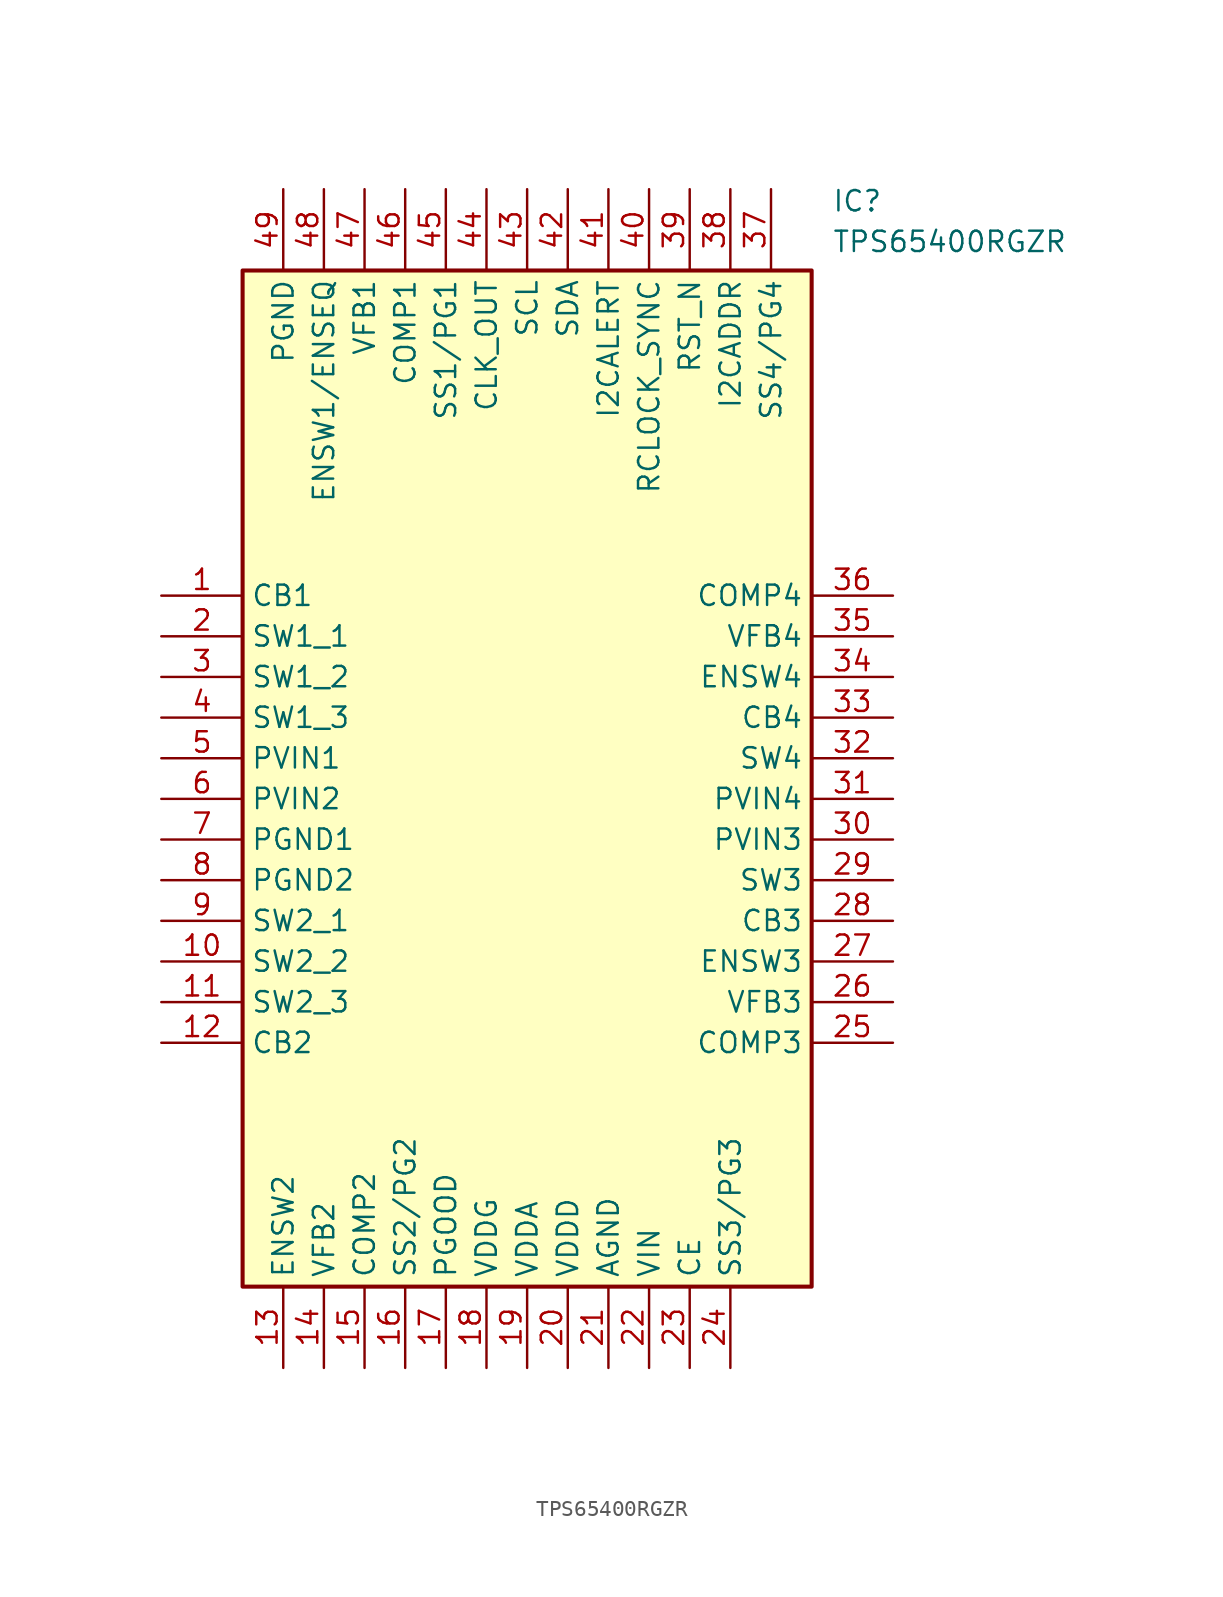
<source format=kicad_sym>
(kicad_symbol_lib
  (version 20211014)
  (generator SamacSys_ECAD_Model)
  (symbol "TPS65400RGZR"
    (property "Reference" "IC"
      (at 41.91 25.4 0)
      (effects (font (size 1.27 1.27)) (justify left top)))
    (property "Value" "TPS65400RGZR"
      (at 41.91 22.86 0)
      (effects (font (size 1.27 1.27)) (justify left top)))
    (rectangle
      (start 5.08 20.32)
      (end 40.64 -43.18)
      (stroke (width 0.254) (type default))
      (fill (type background)))
    (pin passive line
      (at 0 0 0)
      (length 5.08)
      (name "CB1" (effects (font (size 1.27 1.27))))
      (number "1" (effects (font (size 1.27 1.27)))))
    (pin passive line
      (at 0 -2.54 0)
      (length 5.08)
      (name "SW1_1" (effects (font (size 1.27 1.27))))
      (number "2" (effects (font (size 1.27 1.27)))))
    (pin passive line
      (at 0 -5.08 0)
      (length 5.08)
      (name "SW1_2" (effects (font (size 1.27 1.27))))
      (number "3" (effects (font (size 1.27 1.27)))))
    (pin passive line
      (at 0 -7.62 0)
      (length 5.08)
      (name "SW1_3" (effects (font (size 1.27 1.27))))
      (number "4" (effects (font (size 1.27 1.27)))))
    (pin passive line
      (at 0 -10.16 0)
      (length 5.08)
      (name "PVIN1" (effects (font (size 1.27 1.27))))
      (number "5" (effects (font (size 1.27 1.27)))))
    (pin passive line
      (at 0 -12.7 0)
      (length 5.08)
      (name "PVIN2" (effects (font (size 1.27 1.27))))
      (number "6" (effects (font (size 1.27 1.27)))))
    (pin passive line
      (at 0 -15.24 0)
      (length 5.08)
      (name "PGND1" (effects (font (size 1.27 1.27))))
      (number "7" (effects (font (size 1.27 1.27)))))
    (pin passive line
      (at 0 -17.78 0)
      (length 5.08)
      (name "PGND2" (effects (font (size 1.27 1.27))))
      (number "8" (effects (font (size 1.27 1.27)))))
    (pin passive line
      (at 0 -20.32 0)
      (length 5.08)
      (name "SW2_1" (effects (font (size 1.27 1.27))))
      (number "9" (effects (font (size 1.27 1.27)))))
    (pin passive line
      (at 0 -22.86 0)
      (length 5.08)
      (name "SW2_2" (effects (font (size 1.27 1.27))))
      (number "10" (effects (font (size 1.27 1.27)))))
    (pin passive line
      (at 0 -25.4 0)
      (length 5.08)
      (name "SW2_3" (effects (font (size 1.27 1.27))))
      (number "11" (effects (font (size 1.27 1.27)))))
    (pin passive line
      (at 0 -27.94 0)
      (length 5.08)
      (name "CB2" (effects (font (size 1.27 1.27))))
      (number "12" (effects (font (size 1.27 1.27)))))
    (pin passive line
      (at 7.62 -48.26 90)
      (length 5.08)
      (name "ENSW2" (effects (font (size 1.27 1.27))))
      (number "13" (effects (font (size 1.27 1.27)))))
    (pin passive line
      (at 10.16 -48.26 90)
      (length 5.08)
      (name "VFB2" (effects (font (size 1.27 1.27))))
      (number "14" (effects (font (size 1.27 1.27)))))
    (pin passive line
      (at 12.7 -48.26 90)
      (length 5.08)
      (name "COMP2" (effects (font (size 1.27 1.27))))
      (number "15" (effects (font (size 1.27 1.27)))))
    (pin passive line
      (at 15.24 -48.26 90)
      (length 5.08)
      (name "SS2/PG2" (effects (font (size 1.27 1.27))))
      (number "16" (effects (font (size 1.27 1.27)))))
    (pin passive line
      (at 17.78 -48.26 90)
      (length 5.08)
      (name "PGOOD" (effects (font (size 1.27 1.27))))
      (number "17" (effects (font (size 1.27 1.27)))))
    (pin passive line
      (at 20.32 -48.26 90)
      (length 5.08)
      (name "VDDG" (effects (font (size 1.27 1.27))))
      (number "18" (effects (font (size 1.27 1.27)))))
    (pin passive line
      (at 22.86 -48.26 90)
      (length 5.08)
      (name "VDDA" (effects (font (size 1.27 1.27))))
      (number "19" (effects (font (size 1.27 1.27)))))
    (pin passive line
      (at 25.4 -48.26 90)
      (length 5.08)
      (name "VDDD" (effects (font (size 1.27 1.27))))
      (number "20" (effects (font (size 1.27 1.27)))))
    (pin passive line
      (at 27.94 -48.26 90)
      (length 5.08)
      (name "AGND" (effects (font (size 1.27 1.27))))
      (number "21" (effects (font (size 1.27 1.27)))))
    (pin passive line
      (at 30.48 -48.26 90)
      (length 5.08)
      (name "VIN" (effects (font (size 1.27 1.27))))
      (number "22" (effects (font (size 1.27 1.27)))))
    (pin passive line
      (at 33.02 -48.26 90)
      (length 5.08)
      (name "CE" (effects (font (size 1.27 1.27))))
      (number "23" (effects (font (size 1.27 1.27)))))
    (pin passive line
      (at 35.56 -48.26 90)
      (length 5.08)
      (name "SS3/PG3" (effects (font (size 1.27 1.27))))
      (number "24" (effects (font (size 1.27 1.27)))))
    (pin passive line
      (at 45.72 0 180)
      (length 5.08)
      (name "COMP4" (effects (font (size 1.27 1.27))))
      (number "36" (effects (font (size 1.27 1.27)))))
    (pin passive line
      (at 45.72 -2.54 180)
      (length 5.08)
      (name "VFB4" (effects (font (size 1.27 1.27))))
      (number "35" (effects (font (size 1.27 1.27)))))
    (pin passive line
      (at 45.72 -5.08 180)
      (length 5.08)
      (name "ENSW4" (effects (font (size 1.27 1.27))))
      (number "34" (effects (font (size 1.27 1.27)))))
    (pin passive line
      (at 45.72 -7.62 180)
      (length 5.08)
      (name "CB4" (effects (font (size 1.27 1.27))))
      (number "33" (effects (font (size 1.27 1.27)))))
    (pin passive line
      (at 45.72 -10.16 180)
      (length 5.08)
      (name "SW4" (effects (font (size 1.27 1.27))))
      (number "32" (effects (font (size 1.27 1.27)))))
    (pin passive line
      (at 45.72 -12.7 180)
      (length 5.08)
      (name "PVIN4" (effects (font (size 1.27 1.27))))
      (number "31" (effects (font (size 1.27 1.27)))))
    (pin passive line
      (at 45.72 -15.24 180)
      (length 5.08)
      (name "PVIN3" (effects (font (size 1.27 1.27))))
      (number "30" (effects (font (size 1.27 1.27)))))
    (pin passive line
      (at 45.72 -17.78 180)
      (length 5.08)
      (name "SW3" (effects (font (size 1.27 1.27))))
      (number "29" (effects (font (size 1.27 1.27)))))
    (pin passive line
      (at 45.72 -20.32 180)
      (length 5.08)
      (name "CB3" (effects (font (size 1.27 1.27))))
      (number "28" (effects (font (size 1.27 1.27)))))
    (pin passive line
      (at 45.72 -22.86 180)
      (length 5.08)
      (name "ENSW3" (effects (font (size 1.27 1.27))))
      (number "27" (effects (font (size 1.27 1.27)))))
    (pin passive line
      (at 45.72 -25.4 180)
      (length 5.08)
      (name "VFB3" (effects (font (size 1.27 1.27))))
      (number "26" (effects (font (size 1.27 1.27)))))
    (pin passive line
      (at 45.72 -27.94 180)
      (length 5.08)
      (name "COMP3" (effects (font (size 1.27 1.27))))
      (number "25" (effects (font (size 1.27 1.27)))))
    (pin passive line
      (at 7.62 25.4 270)
      (length 5.08)
      (name "PGND" (effects (font (size 1.27 1.27))))
      (number "49" (effects (font (size 1.27 1.27)))))
    (pin passive line
      (at 10.16 25.4 270)
      (length 5.08)
      (name "ENSW1/ENSEQ" (effects (font (size 1.27 1.27))))
      (number "48" (effects (font (size 1.27 1.27)))))
    (pin passive line
      (at 12.7 25.4 270)
      (length 5.08)
      (name "VFB1" (effects (font (size 1.27 1.27))))
      (number "47" (effects (font (size 1.27 1.27)))))
    (pin passive line
      (at 15.24 25.4 270)
      (length 5.08)
      (name "COMP1" (effects (font (size 1.27 1.27))))
      (number "46" (effects (font (size 1.27 1.27)))))
    (pin passive line
      (at 17.78 25.4 270)
      (length 5.08)
      (name "SS1/PG1" (effects (font (size 1.27 1.27))))
      (number "45" (effects (font (size 1.27 1.27)))))
    (pin passive line
      (at 20.32 25.4 270)
      (length 5.08)
      (name "CLK_OUT" (effects (font (size 1.27 1.27))))
      (number "44" (effects (font (size 1.27 1.27)))))
    (pin passive line
      (at 22.86 25.4 270)
      (length 5.08)
      (name "SCL" (effects (font (size 1.27 1.27))))
      (number "43" (effects (font (size 1.27 1.27)))))
    (pin passive line
      (at 25.4 25.4 270)
      (length 5.08)
      (name "SDA" (effects (font (size 1.27 1.27))))
      (number "42" (effects (font (size 1.27 1.27)))))
    (pin passive line
      (at 27.94 25.4 270)
      (length 5.08)
      (name "I2CALERT" (effects (font (size 1.27 1.27))))
      (number "41" (effects (font (size 1.27 1.27)))))
    (pin passive line
      (at 30.48 25.4 270)
      (length 5.08)
      (name "RCLOCK_SYNC" (effects (font (size 1.27 1.27))))
      (number "40" (effects (font (size 1.27 1.27)))))
    (pin passive line
      (at 33.02 25.4 270)
      (length 5.08)
      (name "RST_N" (effects (font (size 1.27 1.27))))
      (number "39" (effects (font (size 1.27 1.27)))))
    (pin passive line
      (at 35.56 25.4 270)
      (length 5.08)
      (name "I2CADDR" (effects (font (size 1.27 1.27))))
      (number "38" (effects (font (size 1.27 1.27)))))
    (pin passive line
      (at 38.1 25.4 270)
      (length 5.08)
      (name "SS4/PG4" (effects (font (size 1.27 1.27))))
      (number "37" (effects (font (size 1.27 1.27)))))))
</source>
